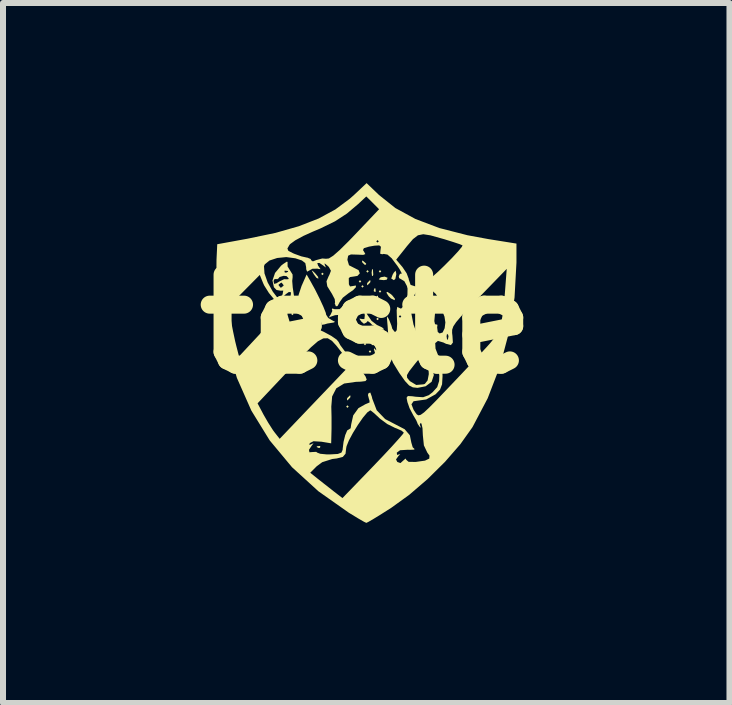
<source format=kicad_pcb>
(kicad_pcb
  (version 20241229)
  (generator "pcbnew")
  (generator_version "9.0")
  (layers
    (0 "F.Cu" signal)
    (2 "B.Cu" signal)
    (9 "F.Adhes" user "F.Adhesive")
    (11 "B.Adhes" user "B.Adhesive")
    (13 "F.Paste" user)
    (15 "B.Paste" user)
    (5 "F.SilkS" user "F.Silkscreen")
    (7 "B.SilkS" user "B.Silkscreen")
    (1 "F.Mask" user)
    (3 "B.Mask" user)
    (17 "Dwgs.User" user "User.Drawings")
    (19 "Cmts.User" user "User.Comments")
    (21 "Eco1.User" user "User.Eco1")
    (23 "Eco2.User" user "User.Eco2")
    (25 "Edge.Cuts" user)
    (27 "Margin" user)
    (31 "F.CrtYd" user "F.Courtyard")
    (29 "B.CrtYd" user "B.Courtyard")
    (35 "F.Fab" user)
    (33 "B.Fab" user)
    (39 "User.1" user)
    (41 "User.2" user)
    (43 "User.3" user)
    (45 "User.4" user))
  (footprint "teste"
    (layer "F.Cu")
    (at 3.05 2.346)
    (property "Reference" "teste" (at 0 0 0) (layer "F.SilkS") (effects (font (size 1.5 1.5) (thickness 0.3))))
    (attr board_only exclude_from_pos_files exclude_from_bom)
    (fp_poly (pts (xy -1.21 -0.167) (xy -1.23 -0.146) (xy -1.251 -0.167) (xy -1.23 -0.188)) (stroke (width 0) (type solid)) (fill yes) (layer "F.SilkS"))
    (fp_poly (pts (xy -0.709 -0.834) (xy -0.73 -0.813) (xy -0.751 -0.834) (xy -0.73 -0.855)) (stroke (width 0) (type solid)) (fill yes) (layer "F.SilkS"))
    (fp_poly (pts (xy -0.292 1.376) (xy -0.313 1.397) (xy -0.334 1.376) (xy -0.313 1.355)) (stroke (width 0) (type solid)) (fill yes) (layer "F.SilkS"))
    (fp_poly (pts (xy -0.209 -0.125) (xy -0.229 -0.104) (xy -0.25 -0.125) (xy -0.229 -0.146)) (stroke (width 0) (type solid)) (fill yes) (layer "F.SilkS"))
    (fp_poly (pts (xy -0.167 0.25) (xy -0.188 0.271) (xy -0.209 0.25) (xy -0.188 0.229)) (stroke (width 0) (type solid)) (fill yes) (layer "F.SilkS"))
    (fp_poly (pts (xy -0.083 -0.709) (xy -0.104 -0.688) (xy -0.125 -0.709) (xy -0.104 -0.73)) (stroke (width 0) (type solid)) (fill yes) (layer "F.SilkS"))
    (fp_poly (pts (xy -0.042 -0.626) (xy -0.063 -0.605) (xy -0.083 -0.626) (xy -0.063 -0.646)) (stroke (width 0) (type solid)) (fill yes) (layer "F.SilkS"))
    (fp_poly (pts (xy 0 0.334) (xy -0.021 0.355) (xy -0.042 0.334) (xy -0.021 0.313)) (stroke (width 0) (type solid)) (fill yes) (layer "F.SilkS"))
    (fp_poly (pts (xy 0.042 -0.876) (xy 0.021 -0.855) (xy 0 -0.876) (xy 0.021 -0.897)) (stroke (width 0) (type solid)) (fill yes) (layer "F.SilkS"))
    (fp_poly (pts (xy 0.083 0.459) (xy 0.063 0.48) (xy 0.042 0.459) (xy 0.063 0.438)) (stroke (width 0) (type solid)) (fill yes) (layer "F.SilkS"))
    (fp_poly (pts (xy 0.125 0.334) (xy 0.104 0.355) (xy 0.083 0.334) (xy 0.104 0.313)) (stroke (width 0) (type solid)) (fill yes) (layer "F.SilkS"))
    (fp_poly (pts (xy 0.209 -0.083) (xy 0.188 -0.063) (xy 0.167 -0.083) (xy 0.188 -0.104)) (stroke (width 0) (type solid)) (fill yes) (layer "F.SilkS"))
    (fp_poly (pts (xy 0.25 -0.876) (xy 0.229 -0.855) (xy 0.209 -0.876) (xy 0.229 -0.897)) (stroke (width 0) (type solid)) (fill yes) (layer "F.SilkS"))
    (fp_poly (pts (xy 0.25 -0.542) (xy 0.229 -0.521) (xy 0.209 -0.542) (xy 0.229 -0.563)) (stroke (width 0) (type solid)) (fill yes) (layer "F.SilkS"))
    (fp_poly (pts (xy -0.765 2.037) (xy -0.77 2.062) (xy -0.792 2.065) (xy -0.827 2.049) (xy -0.82 2.037) (xy -0.771 2.032)) (stroke (width 0) (type solid)) (fill yes) (layer "F.SilkS"))
    (fp_poly (pts (xy -0.348 0.118) (xy -0.353 0.143) (xy -0.375 0.146) (xy -0.41 0.131) (xy -0.403 0.118) (xy -0.354 0.113)) (stroke (width 0) (type solid)) (fill yes) (layer "F.SilkS"))
    (fp_poly (pts (xy -0.264 0.202) (xy -0.27 0.226) (xy -0.292 0.229) (xy -0.326 0.214) (xy -0.32 0.202) (xy -0.27 0.197)) (stroke (width 0) (type solid)) (fill yes) (layer "F.SilkS"))
    (fp_poly (pts (xy -0.18 -0.279) (xy -0.175 -0.214) (xy -0.183 -0.199) (xy -0.202 -0.211) (xy -0.205 -0.254) (xy -0.195 -0.298)) (stroke (width 0) (type solid)) (fill yes) (layer "F.SilkS"))
    (fp_poly (pts (xy 0.07 0.202) (xy 0.075 0.251) (xy 0.07 0.257) (xy 0.045 0.251) (xy 0.042 0.229) (xy 0.057 0.195)) (stroke (width 0) (type solid)) (fill yes) (layer "F.SilkS"))
    (fp_poly (pts (xy 0.111 -0.907) (xy 0.117 -0.822) (xy 0.111 -0.803) (xy 0.096 -0.798) (xy 0.09 -0.855) (xy 0.097 -0.914)) (stroke (width 0) (type solid)) (fill yes) (layer "F.SilkS"))
    (fp_poly (pts (xy 0.153 -0.591) (xy 0.158 -0.541) (xy 0.153 -0.535) (xy 0.128 -0.541) (xy 0.125 -0.563) (xy 0.14 -0.597)) (stroke (width 0) (type solid)) (fill yes) (layer "F.SilkS"))
    (fp_poly (pts (xy 0.195 -0.466) (xy 0.2 -0.416) (xy 0.195 -0.41) (xy 0.17 -0.416) (xy 0.167 -0.438) (xy 0.182 -0.472)) (stroke (width 0) (type solid)) (fill yes) (layer "F.SilkS"))
    (fp_poly (pts (xy -1.216 -0.296) (xy -1.171 -0.254) (xy -1.18 -0.23) (xy -1.186 -0.229) (xy -1.221 -0.259) (xy -1.234 -0.278) (xy -1.239 -0.306)) (stroke (width 0) (type solid)) (fill yes) (layer "F.SilkS"))
    (fp_poly (pts (xy -0.894 -0.885) (xy -0.852 -0.846) (xy -0.802 -0.785) (xy -0.797 -0.754) (xy -0.83 -0.769) (xy -0.872 -0.826) (xy -0.907 -0.888)) (stroke (width 0) (type solid)) (fill yes) (layer "F.SilkS"))
    (fp_poly (pts (xy -0.048 -1.047) (xy -0.004 -1.008) (xy 0 -0.999) (xy -0.02 -0.981) (xy -0.061 -1.02) (xy -0.067 -1.028) (xy -0.071 -1.057)) (stroke (width 0) (type solid)) (fill yes) (layer "F.SilkS"))
    (fp_poly (pts (xy 0.172 0.451) (xy 0.2 0.521) (xy 0.197 0.547) (xy 0.168 0.532) (xy 0.151 0.499) (xy 0.127 0.42) (xy 0.137 0.404)) (stroke (width 0) (type solid)) (fill yes) (layer "F.SilkS"))
    (fp_poly (pts (xy -0.263 1.216) (xy -0.271 1.23) (xy -0.31 1.27) (xy -0.318 1.272) (xy -0.321 1.245) (xy -0.313 1.23) (xy -0.274 1.191) (xy -0.266 1.189)) (stroke (width 0) (type solid)) (fill yes) (layer "F.SilkS"))
    (fp_poly (pts (xy 0.021 0.13) (xy -0.021 0.188) (xy -0.081 0.249) (xy -0.111 0.271) (xy -0.104 0.241) (xy -0.074 0.188) (xy -0.019 0.123) (xy 0.016 0.104)) (stroke (width 0) (type solid)) (fill yes) (layer "F.SilkS"))
    (fp_poly (pts (xy 0.07 -0.703) (xy 0.063 -0.688) (xy 0.023 -0.648) (xy 0.016 -0.646) (xy 0.013 -0.673) (xy 0.021 -0.688) (xy 0.06 -0.728) (xy 0.067 -0.73)) (stroke (width 0) (type solid)) (fill yes) (layer "F.SilkS"))
    (fp_poly (pts (xy 0.355 -0.77) (xy 0.356 -0.77) (xy 0.342 -0.738) (xy 0.294 -0.73) (xy 0.225 -0.737) (xy 0.209 -0.746) (xy 0.241 -0.778) (xy 0.307 -0.789)) (stroke (width 0) (type solid)) (fill yes) (layer "F.SilkS"))
    (fp_poly (pts (xy 0.413 -0.495) (xy 0.435 -0.474) (xy 0.479 -0.418) (xy 0.471 -0.396) (xy 0.411 -0.425) (xy 0.375 -0.46) (xy 0.335 -0.522) (xy 0.352 -0.535)) (stroke (width 0) (type solid)) (fill yes) (layer "F.SilkS"))
    (fp_poly (pts (xy 0.499 -0.846) (xy 0.5 -0.824) (xy 0.485 -0.751) (xy 0.459 -0.73) (xy 0.419 -0.754) (xy 0.418 -0.761) (xy 0.439 -0.82) (xy 0.459 -0.855) (xy 0.489 -0.888)) (stroke (width 0) (type solid)) (fill yes) (layer "F.SilkS"))
    (fp_poly (pts (xy -0.297 -0.285) (xy -0.295 -0.243) (xy -0.309 -0.177) (xy -0.373 -0.155) (xy -0.411 -0.155) (xy -0.52 -0.146) (xy -0.588 -0.123) (xy -0.625 -0.107) (xy -0.603 -0.142) (xy -0.595 -0.152) (xy -0.565 -0.217) (xy -0.573 -0.246) (xy -0.566 -0.258) (xy -0.526 -0.246) (xy -0.443 -0.247) (xy -0.414 -0.275) (xy -0.384 -0.304) (xy -0.373 -0.257) (xy -0.373 -0.25) (xy -0.37 -0.167) (xy -0.334 -0.25) (xy -0.306 -0.308)) (stroke (width 0) (type solid)) (fill yes) (layer "F.SilkS"))
    (fp_poly (pts (xy -0.936 -0.725) (xy -0.853 -0.575) (xy -0.776 -0.421) (xy -0.713 -0.284) (xy -0.674 -0.186) (xy -0.668 -0.155) (xy -0.633 -0.1) (xy -0.573 -0.064) (xy -0.519 -0.035) (xy -0.543 -0.024) (xy -0.549 -0.023) (xy -0.649 -0.007) (xy -0.695 0.007) (xy -0.744 0.015) (xy -0.741 -0.000041) (xy -0.755 -0.039) (xy -0.824 -0.105) (xy -0.904 -0.163) (xy -1.046 -0.272) (xy -1.118 -0.373) (xy -1.126 -0.487) (xy -1.077 -0.634) (xy -1.074 -0.641) (xy -0.993 -0.824)) (stroke (width 0) (type solid)) (fill yes) (layer "F.SilkS"))
    (fp_poly (pts (xy 0.005 -0.182) (xy 0.017 -0.156) (xy 0.089 -0.052) (xy 0.18 0.018) (xy 0.186 0.02) (xy 0.264 0.057) (xy 0.292 0.082) (xy 0.289 0.099) (xy 0.261 0.094) (xy 0.183 0.064) (xy 0.182 0.063) (xy 0.097 0.014) (xy 0.062 -0.022) (xy 0.025 -0.049) (xy 0.002 -0.023) (xy -0.039 -0.003) (xy -0.083 -0.041) (xy -0.115 -0.088) (xy -0.087 -0.087) (xy -0.074 -0.082) (xy -0.031 -0.082) (xy -0.024 -0.141) (xy -0.028 -0.175) (xy -0.038 -0.247) (xy -0.029 -0.251)) (stroke (width 0) (type solid)) (fill yes) (layer "F.SilkS"))
    (fp_poly (pts (xy 0.213 -2.148) (xy 0.485 -1.931) (xy 0.819 -1.749) (xy 1.217 -1.598) (xy 1.686 -1.478) (xy 2.033 -1.414) (xy 2.502 -1.339) (xy 2.502 -1.023) (xy 2.47 -0.439) (xy 2.376 0.144) (xy 2.226 0.709) (xy 2.023 1.237) (xy 1.773 1.712) (xy 1.765 1.725) (xy 1.567 2.003) (xy 1.312 2.296) (xy 1.022 2.583) (xy 0.717 2.845) (xy 0.418 3.061) (xy 0.259 3.162) (xy 0.126 3.244) (xy 0.035 3.297) (xy 0.001 3.313) (xy -0.042 3.292) (xy -0.137 3.237) (xy -0.265 3.159) (xy -0.287 3.146) (xy -0.796 2.787) (xy -1.135 2.478) (xy -0.933 2.478) (xy -0.813 2.574) (xy -0.7 2.663) (xy -0.571 2.764) (xy -0.545 2.785) (xy -0.396 2.9) (xy 0.115 2.371) (xy 0.28 2.198) (xy 0.423 2.045) (xy 0.534 1.922) (xy 0.605 1.84) (xy 0.626 1.81) (xy 0.59 1.778) (xy 0.503 1.739) (xy 0.48 1.731) (xy 0.351 1.667) (xy 0.226 1.575) (xy 0.212 1.561) (xy 0.13 1.485) (xy 0.075 1.442) (xy 0.066 1.439) (xy 0.018 1.473) (xy -0.055 1.56) (xy -0.139 1.681) (xy -0.221 1.814) (xy -0.289 1.94) (xy -0.328 2.036) (xy -0.334 2.067) (xy -0.345 2.161) (xy -0.39 2.214) (xy -0.491 2.24) (xy -0.566 2.249) (xy -0.733 2.302) (xy -0.825 2.37) (xy -0.933 2.478) (xy -1.135 2.478) (xy -1.236 2.386) (xy -1.608 1.939) (xy -1.913 1.444) (xy -1.967 1.322) (xy -1.81 1.322) (xy -1.71 1.511) (xy -1.632 1.646) (xy -1.554 1.768) (xy -1.526 1.806) (xy -1.442 1.913) (xy -0.85 1.293) (xy -0.258 0.673) (xy -0.403 0.482) (xy -0.496 0.363) (xy -0.571 0.281) (xy -0.641 0.238) (xy -0.715 0.24) (xy -0.805 0.288) (xy -0.919 0.387) (xy -1.071 0.539) (xy -1.268 0.748) (xy -1.276 0.756) (xy -1.81 1.322) (xy -1.967 1.322) (xy -2.154 0.899) (xy -2.331 0.301) (xy -2.437 -0.289) (xy -2.294 -0.289) (xy -2.25 -0.04) (xy -2.217 0.129) (xy -2.182 0.293) (xy -2.162 0.374) (xy -2.119 0.54) (xy -1.751 0.145) (xy -1.383 -0.25) (xy -1.522 -0.396) (xy -1.621 -0.516) (xy -1.7 -0.642) (xy -1.717 -0.679) (xy -1.773 -0.817) (xy -2.034 -0.553) (xy -2.294 -0.289) (xy -2.437 -0.289) (xy -2.442 -0.318) (xy -2.467 -0.542) (xy -2.486 -0.766) (xy -2.495 -0.959) (xy -2.495 -0.963) (xy -1.703 -0.963) (xy -1.695 -0.843) (xy -1.642 -0.692) (xy -1.556 -0.538) (xy -1.492 -0.454) (xy -1.413 -0.369) (xy -1.366 -0.341) (xy -1.329 -0.362) (xy -1.31 -0.385) (xy -1.259 -0.473) (xy -1.253 -0.527) (xy -1.288 -0.533) (xy -1.336 -0.499) (xy -1.396 -0.447) (xy -1.408 -0.453) (xy -1.392 -0.5) (xy -1.382 -0.556) (xy -1.424 -0.554) (xy -1.494 -0.566) (xy -1.538 -0.612) (xy -1.545 -0.646) (xy -1.46 -0.646) (xy -1.428 -0.606) (xy -1.418 -0.605) (xy -1.378 -0.637) (xy -1.376 -0.646) (xy -1.408 -0.687) (xy -1.418 -0.688) (xy -1.459 -0.656) (xy -1.46 -0.646) (xy -1.545 -0.646) (xy -1.559 -0.711) (xy -1.543 -0.711) (xy -1.535 -0.668) (xy -1.497 -0.677) (xy -1.446 -0.708) (xy -1.367 -0.746) (xy -1.321 -0.744) (xy -1.295 -0.747) (xy -1.293 -0.762) (xy -1.327 -0.797) (xy -1.376 -0.802) (xy -1.444 -0.782) (xy -1.46 -0.76) (xy -1.486 -0.744) (xy -1.501 -0.751) (xy -1.537 -0.741) (xy -1.543 -0.711) (xy -1.559 -0.711) (xy -1.562 -0.723) (xy -1.519 -0.85) (xy -1.491 -0.883) (xy -1.362 -0.883) (xy -1.357 -0.858) (xy -1.335 -0.855) (xy -1.3 -0.87) (xy -1.307 -0.883) (xy -1.356 -0.888) (xy -1.362 -0.883) (xy -1.491 -0.883) (xy -1.417 -0.972) (xy -1.384 -0.998) (xy -1.323 -1.038) (xy -1.308 -1.032) (xy -1.311 -1.026) (xy -1.31 -0.958) (xy -1.272 -0.897) (xy -1.227 -0.824) (xy -1.226 -0.779) (xy -1.233 -0.717) (xy -1.224 -0.606) (xy -1.215 -0.548) (xy -1.2 -0.441) (xy -1.204 -0.382) (xy -1.213 -0.378) (xy -1.255 -0.366) (xy -1.292 -0.298) (xy -1.312 -0.202) (xy -1.312 -0.157) (xy -1.273 -0.026) (xy -1.185 0.039) (xy -1.073 0.039) (xy -0.966 0.036) (xy -0.831 0.076) (xy -0.707 0.131) (xy -0.581 0.199) (xy -0.493 0.26) (xy -0.461 0.299) (xy -0.433 0.352) (xy -0.363 0.446) (xy -0.265 0.561) (xy -0.257 0.57) (xy -0.149 0.693) (xy -0.061 0.803) (xy -0.011 0.875) (xy -0.011 0.876) (xy 0.008 0.926) (xy -0.013 0.951) (xy -0.091 0.961) (xy -0.172 0.964) (xy -0.368 0.992) (xy -0.499 1.072) (xy -0.568 1.207) (xy -0.582 1.376) (xy -0.578 1.553) (xy -0.578 1.739) (xy -0.579 1.787) (xy -0.584 1.988) (xy -0.746 1.961) (xy -0.879 1.953) (xy -0.941 1.985) (xy -0.948 2.016) (xy -0.914 2.002) (xy -0.877 1.986) (xy -0.903 2.02) (xy -0.907 2.025) (xy -0.954 2.096) (xy -0.946 2.137) (xy -0.898 2.133) (xy -0.833 2.13) (xy -0.816 2.143) (xy -0.766 2.162) (xy -0.662 2.172) (xy -0.596 2.172) (xy -0.473 2.165) (xy -0.413 2.142) (xy -0.393 2.096) (xy -0.393 2.085) (xy -0.378 1.963) (xy -0.35 1.851) (xy -0.317 1.773) (xy -0.287 1.755) (xy -0.26 1.737) (xy -0.25 1.669) (xy -0.217 1.523) (xy -0.13 1.402) (xy -0.015 1.337) (xy 0.056 1.307) (xy 0.052 1.265) (xy 0.048 1.259) (xy 0.028 1.183) (xy 0.039 1.152) (xy 0.068 1.142) (xy 0.094 1.214) (xy 0.1 1.243) (xy 0.174 1.437) (xy 0.315 1.584) (xy 0.482 1.671) (xy 0.64 1.753) (xy 0.726 1.853) (xy 0.751 1.975) (xy 0.774 2.054) (xy 0.803 2.081) (xy 0.8 2.093) (xy 0.732 2.096) (xy 0.692 2.095) (xy 0.563 2.103) (xy 0.509 2.143) (xy 0.513 2.181) (xy 0.547 2.172) (xy 0.567 2.168) (xy 0.538 2.197) (xy 0.496 2.256) (xy 0.517 2.298) (xy 0.57 2.317) (xy 0.614 2.277) (xy 0.655 2.241) (xy 0.666 2.262) (xy 0.705 2.296) (xy 0.819 2.298) (xy 0.831 2.297) (xy 0.979 2.276) (xy 1.05 2.242) (xy 1.053 2.192) (xy 1.017 2.142) (xy 0.96 2.022) (xy 0.943 1.854) (xy 0.937 1.736) (xy 0.92 1.661) (xy 0.907 1.647) (xy 0.891 1.675) (xy 0.901 1.7) (xy 0.909 1.728) (xy 0.893 1.717) (xy 0.856 1.664) (xy 0.854 1.654) (xy 0.832 1.603) (xy 0.784 1.522) (xy 0.721 1.402) (xy 0.699 1.338) (xy 0.753 1.338) (xy 0.789 1.43) (xy 0.818 1.474) (xy 0.843 1.507) (xy 0.87 1.522) (xy 0.907 1.513) (xy 0.963 1.473) (xy 1.047 1.394) (xy 1.169 1.271) (xy 1.336 1.096) (xy 1.394 1.035) (xy 1.573 0.847) (xy 1.744 0.665) (xy 1.894 0.505) (xy 2.009 0.381) (xy 2.062 0.322) (xy 2.142 0.224) (xy 2.2 0.123) (xy 2.243 0.002) (xy 2.273 -0.156) (xy 2.297 -0.368) (xy 2.313 -0.563) (xy 2.34 -0.918) (xy 1.875 -0.438) (xy 1.702 -0.258) (xy 1.579 -0.126) (xy 1.498 -0.031) (xy 1.451 0.039) (xy 1.431 0.096) (xy 1.43 0.15) (xy 1.436 0.198) (xy 1.443 0.31) (xy 1.41 0.352) (xy 1.328 0.33) (xy 1.286 0.309) (xy 1.194 0.282) (xy 1.149 0.319) (xy 1.154 0.411) (xy 1.192 0.508) (xy 1.241 0.653) (xy 1.269 0.82) (xy 1.271 0.869) (xy 1.263 1.005) (xy 1.229 1.094) (xy 1.155 1.171) (xy 1 1.257) (xy 0.894 1.272) (xy 0.788 1.287) (xy 0.753 1.338) (xy 0.699 1.338) (xy 0.686 1.302) (xy 0.672 1.229) (xy 0.693 1.2) (xy 0.768 1.204) (xy 0.822 1.212) (xy 0.948 1.22) (xy 1.042 1.186) (xy 1.103 1.139) (xy 1.182 1.052) (xy 1.214 0.95) (xy 1.217 0.86) (xy 1.195 0.703) (xy 1.144 0.549) (xy 1.134 0.528) (xy 1.065 0.399) (xy 0.982 0.243) (xy 0.962 0.205) (xy 1.338 0.205) (xy 1.346 0.259) (xy 1.36 0.26) (xy 1.37 0.204) (xy 1.363 0.18) (xy 1.345 0.164) (xy 1.338 0.205) (xy 0.962 0.205) (xy 0.943 0.17) (xy 0.872 -0.005) (xy 0.839 -0.177) (xy 0.842 -0.331) (xy 0.881 -0.448) (xy 0.953 -0.514) (xy 0.997 -0.521) (xy 1.096 -0.492) (xy 1.147 -0.401) (xy 1.153 -0.245) (xy 1.146 -0.184) (xy 1.134 -0.049) (xy 1.146 0.006) (xy 1.159 0.005) (xy 1.186 0.014) (xy 1.181 0.057) (xy 1.191 0.133) (xy 1.222 0.158) (xy 1.272 0.142) (xy 1.306 0.071) (xy 1.318 -0.026) (xy 1.303 -0.123) (xy 1.293 -0.147) (xy 1.257 -0.253) (xy 1.251 -0.308) (xy 1.225 -0.395) (xy 1.161 -0.496) (xy 1.154 -0.504) (xy 1.07 -0.581) (xy 0.988 -0.597) (xy 0.947 -0.59) (xy 0.823 -0.521) (xy 0.755 -0.396) (xy 0.743 -0.218) (xy 0.787 0.009) (xy 0.888 0.279) (xy 0.937 0.384) (xy 1.017 0.554) (xy 1.08 0.703) (xy 1.118 0.812) (xy 1.126 0.851) (xy 1.089 0.963) (xy 0.989 1.038) (xy 0.855 1.064) (xy 0.777 1.056) (xy 0.714 1.024) (xy 0.646 0.951) (xy 0.576 0.852) (xy 0.678 0.852) (xy 0.681 0.896) (xy 0.719 0.943) (xy 0.733 0.956) (xy 0.833 1.016) (xy 0.954 1.005) (xy 0.977 0.997) (xy 1.022 0.94) (xy 1.042 0.835) (xy 1.035 0.713) (xy 1 0.607) (xy 0.988 0.587) (xy 0.951 0.548) (xy 0.913 0.553) (xy 0.856 0.61) (xy 0.8 0.679) (xy 0.716 0.787) (xy 0.678 0.852) (xy 0.576 0.852) (xy 0.555 0.823) (xy 0.546 0.809) (xy 0.448 0.649) (xy 0.394 0.522) (xy 0.374 0.399) (xy 0.372 0.36) (xy 0.367 0.196) (xy 0.356 0.033) (xy 0.353 -0.000001) (xy 0.345 -0.1) (xy 0.351 -0.125) (xy 0.374 -0.083) (xy 0.384 -0.063) (xy 0.42 0.028) (xy 0.434 0.08) (xy 0.471 0.128) (xy 0.483 0.133) (xy 0.508 0.104) (xy 0.515 -0.004) (xy 0.511 -0.093) (xy 0.51 -0.125) (xy 0.542 -0.125) (xy 0.563 -0.104) (xy 0.584 -0.125) (xy 0.563 -0.146) (xy 0.542 -0.125) (xy 0.51 -0.125) (xy 0.507 -0.228) (xy 0.517 -0.285) (xy 0.537 -0.274) (xy 0.579 -0.255) (xy 0.624 -0.298) (xy 0.662 -0.381) (xy 0.686 -0.485) (xy 0.688 -0.588) (xy 0.678 -0.631) (xy 0.635 -0.712) (xy 0.59 -0.74) (xy 0.589 -0.74) (xy 0.548 -0.764) (xy 0.542 -0.795) (xy 0.563 -0.838) (xy 0.585 -0.834) (xy 0.589 -0.848) (xy 0.554 -0.914) (xy 0.52 -0.966) (xy 0.441 -1.071) (xy 0.499 -1.071) (xy 0.604 -0.947) (xy 0.673 -0.844) (xy 0.708 -0.751) (xy 0.709 -0.738) (xy 0.739 -0.651) (xy 0.827 -0.623) (xy 0.897 -0.634) (xy 0.96 -0.671) (xy 1.065 -0.754) (xy 1.196 -0.87) (xy 1.302 -0.972) (xy 1.431 -1.102) (xy 1.531 -1.21) (xy 1.591 -1.283) (xy 1.604 -1.309) (xy 1.557 -1.329) (xy 1.449 -1.365) (xy 1.302 -1.411) (xy 1.245 -1.427) (xy 1.07 -1.476) (xy 0.95 -1.495) (xy 0.861 -1.477) (xy 0.778 -1.413) (xy 0.678 -1.296) (xy 0.621 -1.224) (xy 0.499 -1.071) (xy 0.441 -1.071) (xy 0.425 -1.093) (xy 0.353 -1.156) (xy 0.29 -1.167) (xy 0.267 -1.161) (xy 0.232 -1.17) (xy 0.237 -1.227) (xy 0.245 -1.286) (xy 0.217 -1.309) (xy 0.135 -1.304) (xy 0.046 -1.288) (xy -0.039 -1.263) (xy -0.054 -1.231) (xy -0.035 -1.201) (xy -0.015 -1.164) (xy -0.05 -1.151) (xy -0.149 -1.155) (xy -0.255 -1.158) (xy -0.301 -1.137) (xy -0.313 -1.077) (xy -0.313 -1.065) (xy -0.287 -0.978) (xy -0.209 -0.938) (xy -0.128 -0.897) (xy -0.107 -0.843) (xy -0.146 -0.801) (xy -0.197 -0.792) (xy -0.271 -0.781) (xy -0.291 -0.761) (xy -0.289 -0.661) (xy -0.27 -0.625) (xy -0.229 -0.631) (xy -0.173 -0.641) (xy -0.172 -0.613) (xy -0.219 -0.563) (xy -0.296 -0.511) (xy -0.39 -0.438) (xy -0.445 -0.361) (xy -0.447 -0.355) (xy -0.479 -0.298) (xy -0.506 -0.295) (xy -0.525 -0.345) (xy -0.519 -0.358) (xy -0.525 -0.414) (xy -0.571 -0.502) (xy -0.581 -0.518) (xy -0.649 -0.628) (xy -0.662 -0.711) (xy -0.624 -0.8) (xy -0.616 -0.813) (xy -0.588 -0.886) (xy -0.623 -0.95) (xy -0.643 -0.969) (xy -0.693 -1.01) (xy -0.692 -0.988) (xy -0.688 -0.98) (xy -0.672 -0.94) (xy -0.706 -0.965) (xy -0.711 -0.97) (xy -0.778 -1.015) (xy -0.815 -1.015) (xy -0.803 -0.973) (xy -0.792 -0.958) (xy -0.761 -0.913) (xy -0.794 -0.916) (xy -0.808 -0.921) (xy -0.895 -0.92) (xy -0.939 -0.896) (xy -0.985 -0.871) (xy -1 -0.912) (xy -1.001 -0.946) (xy -1.015 -1.014) (xy -1.072 -1.058) (xy -1.181 -1.094) (xy -1.332 -1.114) (xy -1.483 -1.099) (xy -1.611 -1.057) (xy -1.69 -0.993) (xy -1.703 -0.963) (xy -2.495 -0.963) (xy -2.494 -1.07) (xy -2.485 -1.257) (xy -1.313 -1.257) (xy -1.297 -1.218) (xy -1.219 -1.178) (xy -1.193 -1.167) (xy -1.08 -1.126) (xy -0.991 -1.106) (xy -0.981 -1.105) (xy -0.925 -1.082) (xy -0.918 -1.062) (xy -0.889 -1.042) (xy -0.833 -1.064) (xy -0.732 -1.091) (xy -0.671 -1.086) (xy -0.623 -1.091) (xy -0.55 -1.137) (xy -0.444 -1.23) (xy -0.296 -1.376) (xy -0.296 -1.376) (xy 0.167 -1.376) (xy 0.188 -1.356) (xy 0.209 -1.376) (xy 0.188 -1.397) (xy 0.167 -1.376) (xy -0.296 -1.376) (xy -0.19 -1.486) (xy 0.214 -1.911) (xy 0.108 -2.018) (xy 0.001 -2.124) (xy -0.135 -1.997) (xy -0.322 -1.839) (xy -0.52 -1.71) (xy -0.759 -1.593) (xy -0.889 -1.538) (xy -1.048 -1.466) (xy -1.182 -1.393) (xy -1.267 -1.331) (xy -1.279 -1.317) (xy -1.313 -1.257) (xy -2.485 -1.257) (xy -2.482 -1.328) (xy -1.973 -1.421) (xy -1.512 -1.517) (xy -1.123 -1.628) (xy -0.794 -1.756) (xy -0.515 -1.907) (xy -0.274 -2.086) (xy -0.202 -2.15) (xy 0.006 -2.346)) (stroke (width 0) (type solid)) (fill yes) (layer "F.SilkS")))
  (gr_rect
    (start -3 -3)
    (end 9.1 8.659)
    (stroke (width 0.1) (type default))
    (fill no)
    (layer "Edge.Cuts")))
</source>
